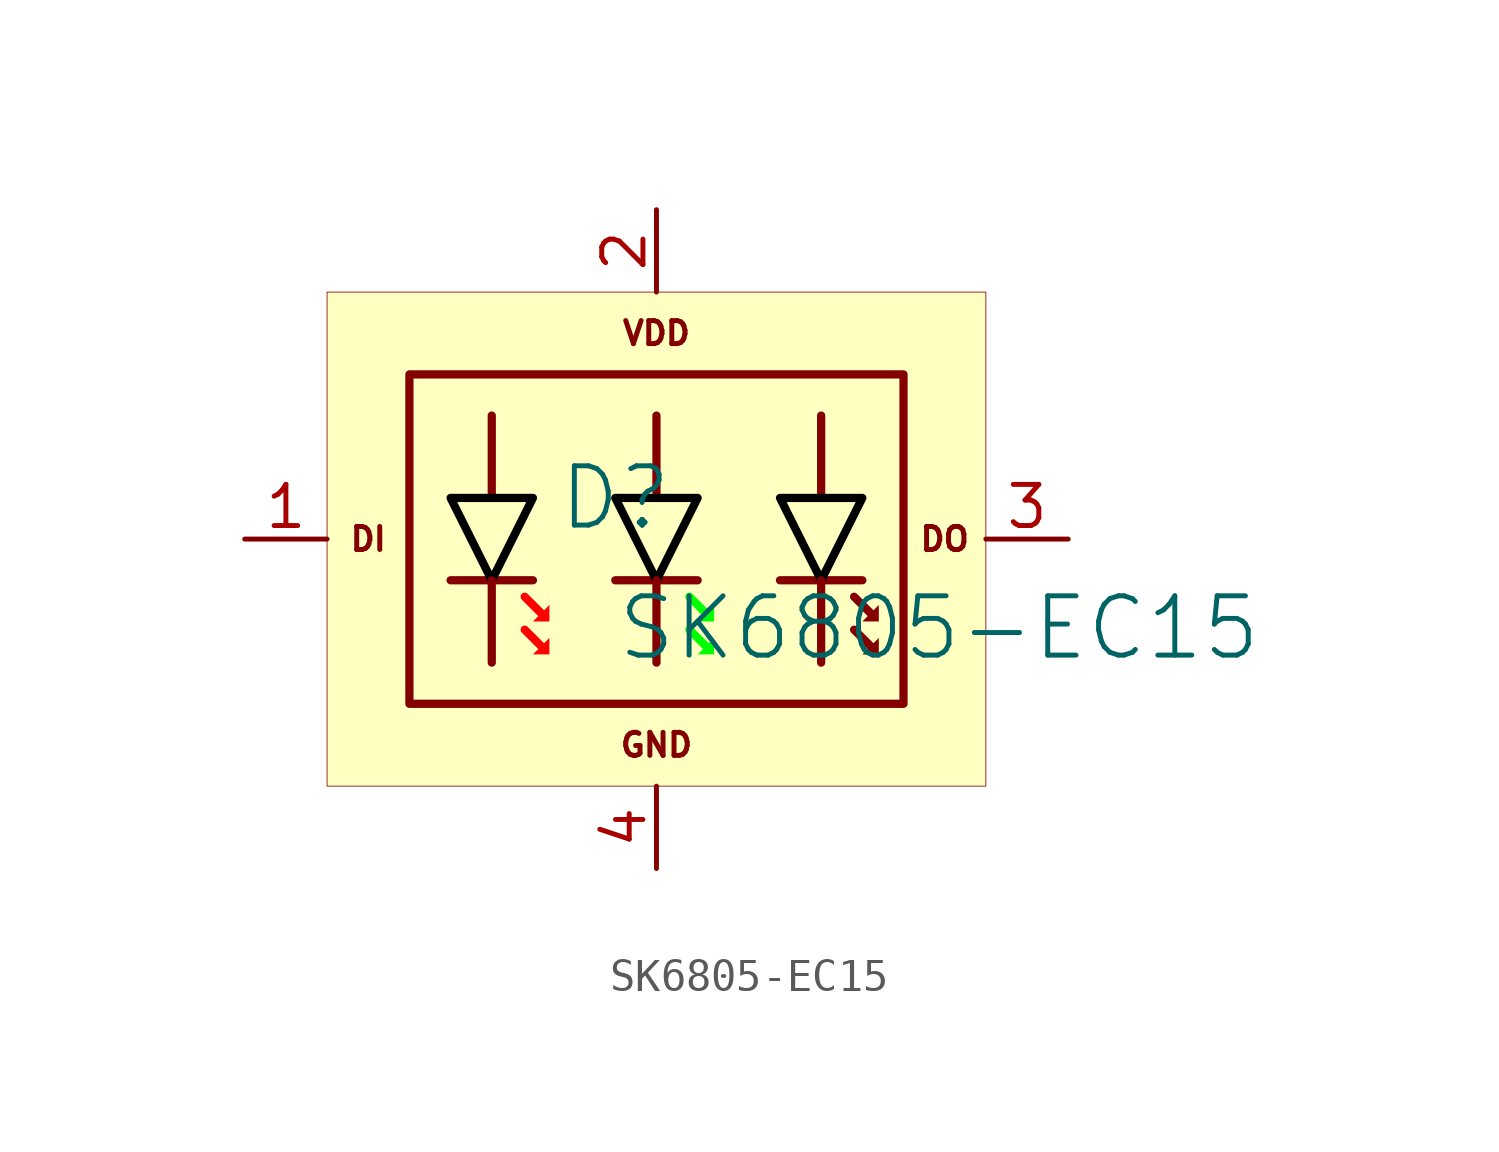
<source format=kicad_sym>
(kicad_symbol_lib
  (version 20231120)
  (generator "kicad_symbol_editor")
  (generator_version "8.0")
  (symbol "SK6805-EC15"
    (property "Reference" "D"
      (at -1.27 1.27 0)
      (effects (font (size 1.829 1.829))))
    (property "Value" "SK6805-EC15"
      (at -1.27 -3.81 0)
      (effects (font (size 1.829 1.829)) (justify left bottom)))
    (symbol "SK6805-EC15_1_0"
      (polyline (pts (xy -6.35 -1.27) (xy -3.81 -1.27)) (stroke (width 0.254) (type solid)) (fill (type none)))
      (polyline (pts (xy -5.08 -3.81) (xy -5.08 -1.27)) (stroke (width 0.254) (type solid)) (fill (type none)))
      (polyline (pts (xy -5.08 1.27) (xy -5.08 3.81)) (stroke (width 0.254) (type solid)) (fill (type none)))
      (polyline (pts (xy -3.556 -3.302) (xy -4.064 -2.794)) (stroke (width 0.254) (type solid) (color 255 0 0 1)) (fill (type none)))
      (polyline (pts (xy -3.556 -2.286) (xy -4.064 -1.778)) (stroke (width 0.254) (type solid) (color 255 0 0 1)) (fill (type none)))
      (polyline (pts (xy -1.27 -1.27) (xy 1.27 -1.27)) (stroke (width 0.254) (type solid)) (fill (type none)))
      (polyline (pts (xy 0 -3.81) (xy 0 -1.27)) (stroke (width 0.254) (type solid)) (fill (type none)))
      (polyline (pts (xy 0 1.27) (xy 0 3.81)) (stroke (width 0.254) (type solid)) (fill (type none)))
      (polyline (pts (xy 1.524 -3.302) (xy 1.016 -2.794)) (stroke (width 0.254) (type solid) (color 0 255 0 1)) (fill (type none)))
      (polyline (pts (xy 1.524 -2.286) (xy 1.016 -1.778)) (stroke (width 0.254) (type solid) (color 0 255 0 1)) (fill (type none)))
      (polyline (pts (xy 3.81 -1.27) (xy 6.35 -1.27)) (stroke (width 0.254) (type solid)) (fill (type none)))
      (polyline (pts (xy 5.08 -3.81) (xy 5.08 -1.27)) (stroke (width 0.254) (type solid)) (fill (type none)))
      (polyline (pts (xy 5.08 1.27) (xy 5.08 3.81)) (stroke (width 0.254) (type solid)) (fill (type none)))
      (polyline (pts (xy 6.604 -3.302) (xy 6.096 -2.794)) (stroke (width 0.254) (type solid)) (fill (type none)))
      (polyline (pts (xy 6.604 -2.286) (xy 6.096 -1.778)) (stroke (width 0.254) (type solid)) (fill (type none)))
      (polyline (pts (xy -7.62 -5.08) (xy -7.62 5.08) (xy 7.62 5.08) (xy 7.62 -5.08) (xy -7.62 -5.08)) (stroke (width 0.254) (type solid)) (fill (type none)))
      (polyline (pts (xy -3.302 -3.048) (xy -3.81 -3.556) (xy -3.302 -3.556) (xy -3.302 -3.048) (xy -3.302 -3.048)) (stroke (width -0.0001) (type solid) (color 255 0 0 1)) (fill (type outline)))
      (polyline (pts (xy -3.302 -2.032) (xy -3.81 -2.54) (xy -3.302 -2.54) (xy -3.302 -2.032) (xy -3.302 -2.032)) (stroke (width -0.0001) (type solid) (color 255 0 0 1)) (fill (type outline)))
      (polyline (pts (xy 1.778 -3.048) (xy 1.27 -3.556) (xy 1.778 -3.556) (xy 1.778 -3.048) (xy 1.778 -3.048)) (stroke (width -0.0001) (type solid) (color 0 255 0 1)) (fill (type outline)))
      (polyline (pts (xy 1.778 -2.032) (xy 1.27 -2.54) (xy 1.778 -2.54) (xy 1.778 -2.032) (xy 1.778 -2.032)) (stroke (width -0.0001) (type solid) (color 0 255 0 1)) (fill (type outline)))
      (polyline (pts (xy 6.858 -3.048) (xy 6.35 -3.556) (xy 6.858 -3.556) (xy 6.858 -3.048) (xy 6.858 -3.048)) (stroke (width -0.0001) (type solid)) (fill (type outline)))
      (polyline (pts (xy 6.858 -2.032) (xy 6.35 -2.54) (xy 6.858 -2.54) (xy 6.858 -2.032) (xy 6.858 -2.032)) (stroke (width -0.0001) (type solid)) (fill (type outline)))
      (polyline (pts (xy -5.08 1.27) (xy -3.81 1.27) (xy -5.08 -1.27) (xy -6.35 1.27) (xy -5.08 1.27) (xy -5.08 1.27)) (stroke (width 0.254) (type solid) (color 0 0 0 1)) (fill (type background)))
      (polyline (pts (xy 0 1.27) (xy 1.27 1.27) (xy 0 -1.27) (xy -1.27 1.27) (xy 0 1.27) (xy 0 1.27)) (stroke (width 0.254) (type solid) (color 0 0 0 1)) (fill (type background)))
      (polyline (pts (xy 5.08 1.27) (xy 6.35 1.27) (xy 5.08 -1.27) (xy 3.81 1.27) (xy 5.08 1.27) (xy 5.08 1.27)) (stroke (width 0.254) (type solid) (color 0 0 0 1)) (fill (type background)))
      (rectangle (start 10.16 7.62) (end -10.16 -7.62) (stroke (width 0.025) (type solid) (color 128 0 0 1)) (fill (type background)))
      (text "DI" (at -8.89 0 0) (effects (font (size 0.711 0.711))))
      (text "DO" (at 8.89 0 0) (effects (font (size 0.711 0.711))))
      (text "GND" (at 0 -6.35 0) (effects (font (size 0.711 0.711))))
      (text "VDD" (at 0 6.35 0) (effects (font (size 0.711 0.711))))
      (pin input line (at -12.7 0 0) (length 2.54) (name "DIN" (effects (font (size 0 0)))) (number "1" (effects (font (size 1.27 1.27)))))
      (pin power_in line (at 0 10.16 270) (length 2.54) (name "VDD" (effects (font (size 0 0)))) (number "2" (effects (font (size 1.27 1.27)))))
      (pin output line (at 12.7 0 180) (length 2.54) (name "DOUT" (effects (font (size 0 0)))) (number "3" (effects (font (size 1.27 1.27)))))
      (pin power_in line (at 0 -10.16 90) (length 2.54) (name "GND" (effects (font (size 0 0)))) (number "4" (effects (font (size 1.27 1.27))))))))
</source>
